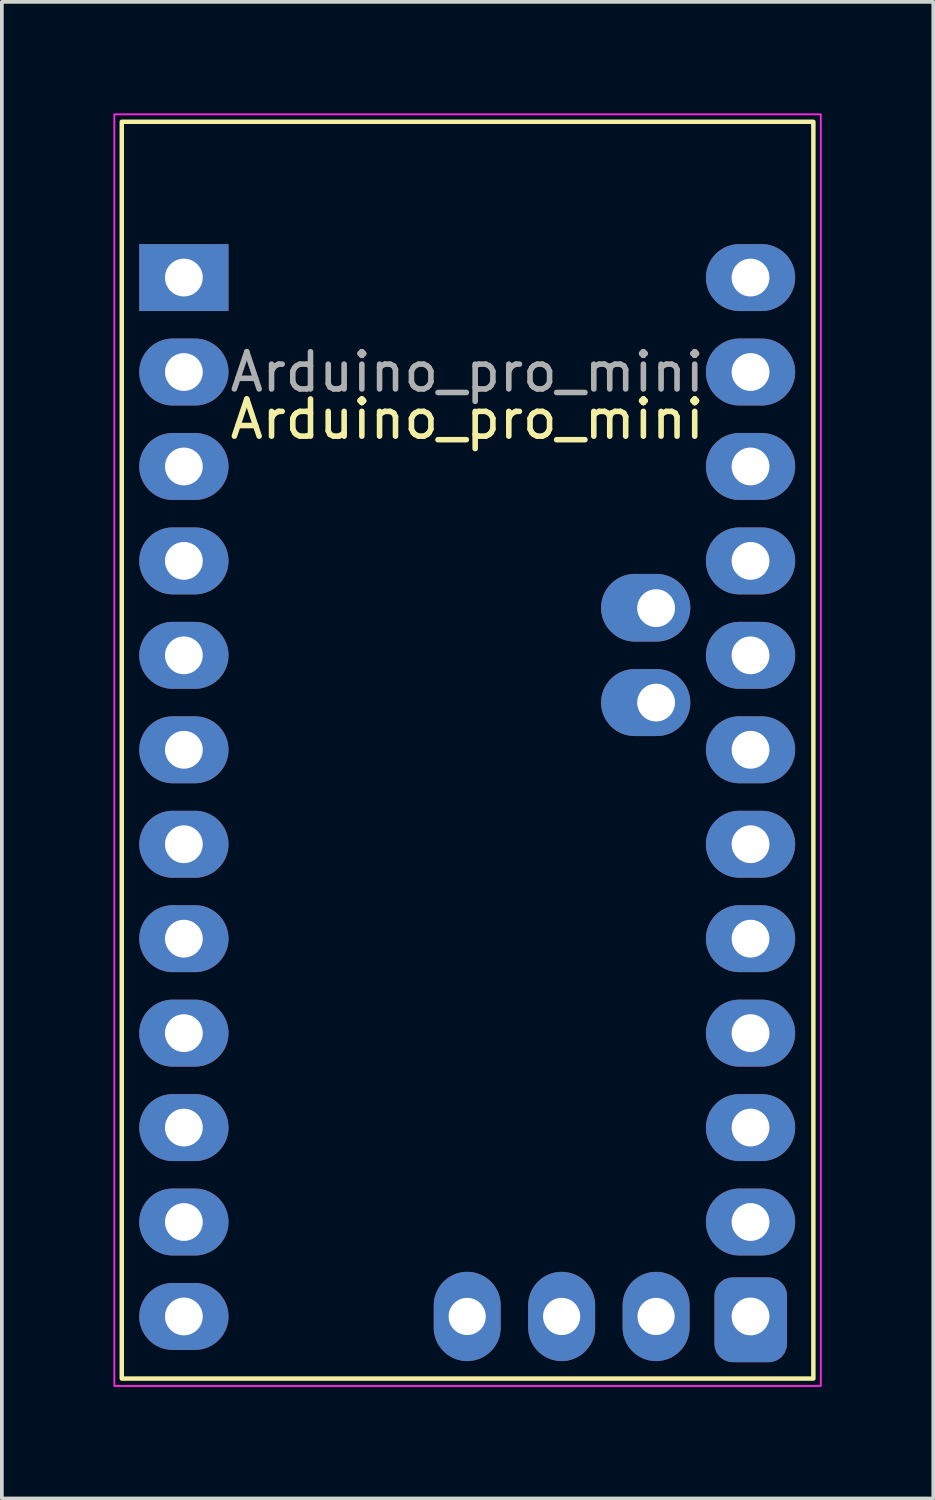
<source format=kicad_pcb>
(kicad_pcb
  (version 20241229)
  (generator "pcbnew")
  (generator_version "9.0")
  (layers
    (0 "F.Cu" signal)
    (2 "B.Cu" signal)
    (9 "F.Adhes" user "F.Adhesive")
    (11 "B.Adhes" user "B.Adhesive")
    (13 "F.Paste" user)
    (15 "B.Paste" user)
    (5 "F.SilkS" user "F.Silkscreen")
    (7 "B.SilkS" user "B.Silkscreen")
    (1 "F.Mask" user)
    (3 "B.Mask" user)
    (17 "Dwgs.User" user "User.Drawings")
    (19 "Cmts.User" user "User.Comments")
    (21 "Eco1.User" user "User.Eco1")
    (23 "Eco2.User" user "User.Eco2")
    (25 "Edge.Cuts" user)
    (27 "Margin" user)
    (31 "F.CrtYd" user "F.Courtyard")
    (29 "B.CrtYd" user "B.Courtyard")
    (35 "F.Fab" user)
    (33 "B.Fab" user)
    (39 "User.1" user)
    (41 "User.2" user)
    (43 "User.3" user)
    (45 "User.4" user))
  (footprint "Arduino_pro_mini"
    (layer "F.Cu")
    (at 1.895 4.415)
    (property "Reference" "Arduino_pro_mini" (at 7.62 3.81 0) (unlocked yes) (layer "F.SilkS") (effects (font (size 1 1) (thickness 0.15))))
    (attr through_hole)
    (fp_rect (start -1.67 -4.19) (end 16.93 29.61) (stroke (width 0.12) (type solid)) (fill no) (layer "F.SilkS"))
    (fp_rect (start -1.27 -3.81) (end 16.51 29.21) (stroke (width 0.12) (type solid)) (fill no) (layer "F.Paste"))
    (fp_rect (start -1.87 -4.39) (end 17.13 29.81) (stroke (width 0.05) (type solid)) (fill no) (layer "F.CrtYd"))
    (fp_text user "${REFERENCE}" (at 7.62 2.54 0) (unlocked yes) (layer "F.Fab") (effects (font (size 1 1) (thickness 0.15))))
    (pad "1" thru_hole rect (at 0 0) (size 2.4 1.8) (drill 1.016) (layers "*.Cu" "*.Mask"))
    (pad "2" thru_hole oval (at 0 2.54) (size 2.4 1.8) (drill 1.016) (layers "*.Cu" "*.Mask"))
    (pad "3" thru_hole oval (at 0 5.08) (size 2.4 1.8) (drill 1.016) (layers "*.Cu" "*.Mask"))
    (pad "3" thru_hole oval (at 15.24 5.08) (size 2.4 1.8) (drill 1.016) (layers "*.Cu" "*.Mask"))
    (pad "4" thru_hole oval (at 0 7.62) (size 2.4 1.8) (drill 1.016) (layers "*.Cu" "*.Mask"))
    (pad "5" thru_hole oval (at 0 10.16) (size 2.4 1.8) (drill 1.016) (layers "*.Cu" "*.Mask"))
    (pad "6" thru_hole oval (at 0 12.7) (size 2.4 1.8) (drill 1.016) (layers "*.Cu" "*.Mask"))
    (pad "7" thru_hole oval (at 0 15.24) (size 2.4 1.8) (drill 1.016) (layers "*.Cu" "*.Mask"))
    (pad "8" thru_hole oval (at 0 17.78) (size 2.4 1.8) (drill 1.016) (layers "*.Cu" "*.Mask"))
    (pad "9" thru_hole oval (at 0 20.32) (size 2.4 1.8) (drill 1.016) (layers "*.Cu" "*.Mask"))
    (pad "10" thru_hole oval (at 0 22.86) (size 2.4 1.8) (drill 1.016) (layers "*.Cu" "*.Mask"))
    (pad "11" thru_hole oval (at 0 25.4) (size 2.4 1.8) (drill 1.016) (layers "*.Cu" "*.Mask"))
    (pad "12" thru_hole oval (at 0 27.94) (size 2.4 1.8) (drill 1.016) (layers "*.Cu" "*.Mask"))
    (pad "13" thru_hole oval (at 7.62 27.94) (size 1.8 2.4) (drill 1) (layers "*.Cu" "*.Mask"))
    (pad "14" thru_hole oval (at 10.16 27.94) (size 1.8 2.4) (drill 1) (layers "*.Cu" "*.Mask"))
    (pad "15" thru_hole oval (at 12.7 27.94) (size 1.8 2.4) (drill 1) (layers "*.Cu" "*.Mask"))
    (pad "16" thru_hole roundrect (at 15.24 27.94) (size 1.95 2.28) (drill 1.016 (offset 0.005 0.09)) (layers "*.Cu" "*.Mask") (roundrect_rratio 0.25))
    (pad "17" thru_hole oval (at 15.24 25.4) (size 2.4 1.8) (drill 1.016) (layers "*.Cu" "*.Mask"))
    (pad "18" thru_hole oval (at 15.24 22.86) (size 2.4 1.8) (drill 1.016) (layers "*.Cu" "*.Mask"))
    (pad "19" thru_hole oval (at 15.24 20.32) (size 2.4 1.8) (drill 1.016) (layers "*.Cu" "*.Mask"))
    (pad "20" thru_hole oval (at 15.24 17.78) (size 2.4 1.8) (drill 1.016) (layers "*.Cu" "*.Mask"))
    (pad "21" thru_hole oval (at 15.24 15.24) (size 2.4 1.8) (drill 1.016) (layers "*.Cu" "*.Mask"))
    (pad "22" thru_hole oval (at 15.24 12.7) (size 2.4 1.8) (drill 1.016) (layers "*.Cu" "*.Mask"))
    (pad "23" thru_hole oval (at 15.24 10.16) (size 2.4 1.8) (drill 1.016) (layers "*.Cu" "*.Mask"))
    (pad "24" thru_hole oval (at 15.24 7.62) (size 2.4 1.8) (drill 1.016) (layers "*.Cu" "*.Mask"))
    (pad "26" thru_hole oval (at 15.24 2.54) (size 2.4 1.8) (drill 1.016) (layers "*.Cu" "*.Mask"))
    (pad "27" thru_hole oval (at 15.24 0) (size 2.4 1.8) (drill 1.016) (layers "*.Cu" "*.Mask"))
    (pad "32" thru_hole oval (at 12.7 8.89) (size 2.4 1.82) (drill 1.016 (offset -0.28 -0.01)) (layers "*.Cu" "*.Mask"))
    (pad "33" thru_hole oval (at 12.7 11.43) (size 2.4 1.8) (drill 1.016 (offset -0.28 0)) (layers "*.Cu" "*.Mask")))
  (gr_rect
    (start -3 -3)
    (end 22.05 37.25)
    (stroke (width 0.1) (type default))
    (fill no)
    (layer "Edge.Cuts")))
</source>
